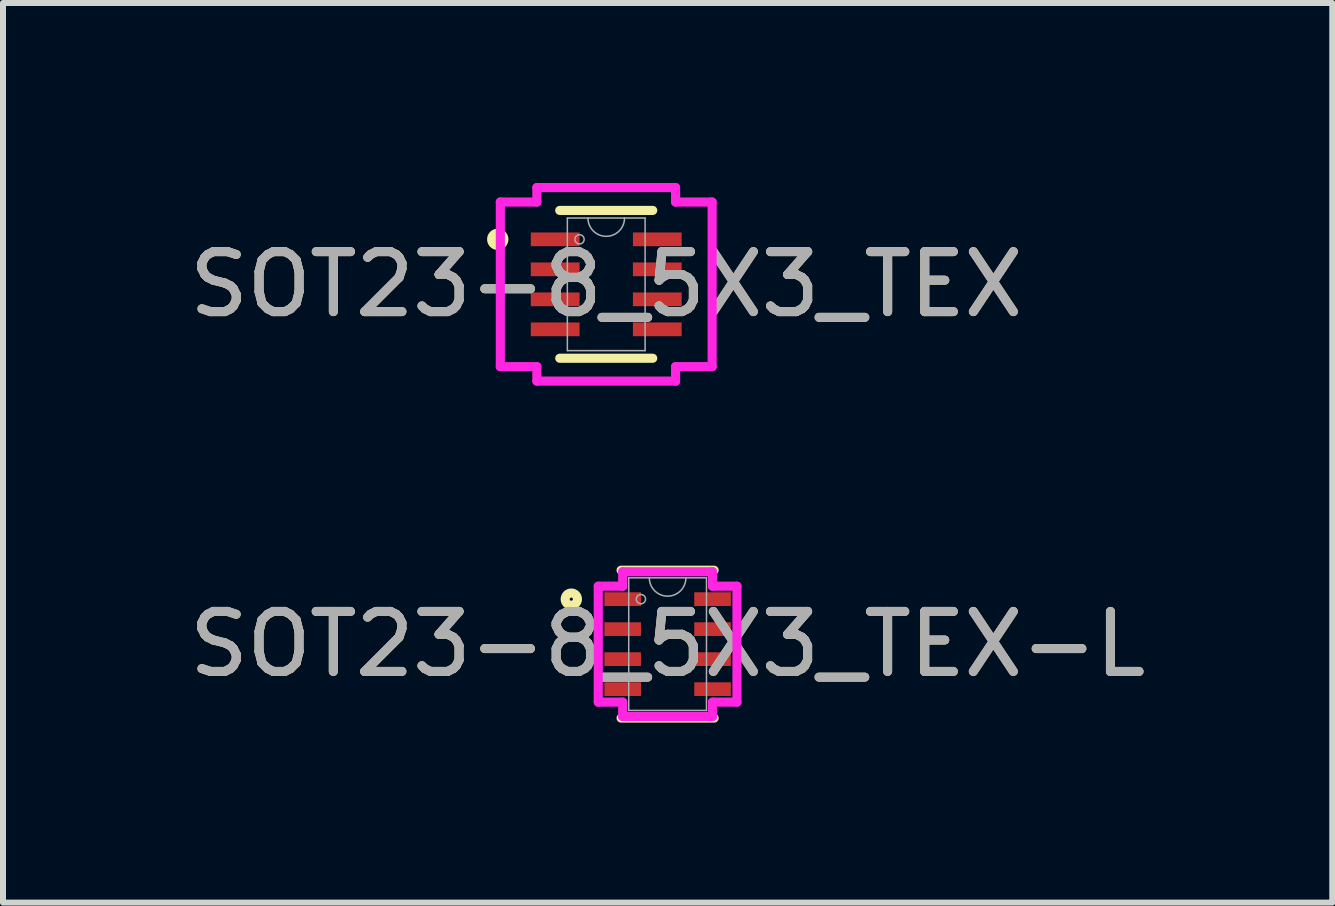
<source format=kicad_pcb>
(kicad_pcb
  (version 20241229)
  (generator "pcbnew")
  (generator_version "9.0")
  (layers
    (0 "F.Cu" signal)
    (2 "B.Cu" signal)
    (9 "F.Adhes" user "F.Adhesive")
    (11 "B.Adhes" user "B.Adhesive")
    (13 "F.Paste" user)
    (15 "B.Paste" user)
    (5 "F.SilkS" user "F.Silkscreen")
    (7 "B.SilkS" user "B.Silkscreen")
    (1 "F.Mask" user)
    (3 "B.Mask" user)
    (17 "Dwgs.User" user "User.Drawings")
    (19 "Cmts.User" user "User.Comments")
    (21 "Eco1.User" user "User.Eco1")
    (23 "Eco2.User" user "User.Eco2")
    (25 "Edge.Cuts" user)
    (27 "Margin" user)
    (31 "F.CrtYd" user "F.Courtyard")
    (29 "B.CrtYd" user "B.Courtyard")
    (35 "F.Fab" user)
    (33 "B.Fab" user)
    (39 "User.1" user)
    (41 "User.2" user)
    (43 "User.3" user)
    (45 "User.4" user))
  (footprint "SOT23-8_5X3_TEX-L"
    (layer "F.Cu")
    (at 8.077 7.686)
    (property "Reference" "SOT23-8_5X3_TEX-L" (at 0 0 0) (unlocked yes) (layer "F.SilkS") (effects (font (size 1 1) (thickness 0.15))))
    (attr smd)
    (fp_line (start -0.775 1.232) (end 0.775 1.232) (stroke (width 0.152) (type solid)) (layer "F.SilkS"))
    (fp_line (start 0.775 -1.232) (end -0.775 -1.232) (stroke (width 0.152) (type solid)) (layer "F.SilkS"))
    (fp_circle (center -1.605 -0.75) (end -1.503 -0.75) (stroke (width 0.152) (type solid)) (fill no) (layer "F.SilkS"))
    (fp_line (start -1.156 -0.966) (end -0.749 -0.966) (stroke (width 0.152) (type solid)) (layer "F.CrtYd"))
    (fp_line (start -1.156 0.966) (end -1.156 -0.966) (stroke (width 0.152) (type solid)) (layer "F.CrtYd"))
    (fp_line (start -1.156 0.966) (end -0.749 0.966) (stroke (width 0.152) (type solid)) (layer "F.CrtYd"))
    (fp_line (start -0.749 -1.206) (end 0.749 -1.206) (stroke (width 0.152) (type solid)) (layer "F.CrtYd"))
    (fp_line (start -0.749 -0.966) (end -0.749 -1.206) (stroke (width 0.152) (type solid)) (layer "F.CrtYd"))
    (fp_line (start -0.749 1.206) (end -0.749 0.966) (stroke (width 0.152) (type solid)) (layer "F.CrtYd"))
    (fp_line (start 0.749 -1.206) (end 0.749 -0.966) (stroke (width 0.152) (type solid)) (layer "F.CrtYd"))
    (fp_line (start 0.749 0.966) (end 0.749 1.206) (stroke (width 0.152) (type solid)) (layer "F.CrtYd"))
    (fp_line (start 0.749 1.206) (end -0.749 1.206) (stroke (width 0.152) (type solid)) (layer "F.CrtYd"))
    (fp_line (start 1.156 -0.966) (end 0.749 -0.966) (stroke (width 0.152) (type solid)) (layer "F.CrtYd"))
    (fp_line (start 1.156 -0.966) (end 1.156 0.966) (stroke (width 0.152) (type solid)) (layer "F.CrtYd"))
    (fp_line (start 1.156 0.966) (end 0.749 0.966) (stroke (width 0.152) (type solid)) (layer "F.CrtYd"))
    (fp_line (start -0.648 -1.105) (end -0.648 1.105) (stroke (width 0.025) (type solid)) (layer "F.Fab"))
    (fp_line (start -0.648 1.105) (end 0.648 1.105) (stroke (width 0.025) (type solid)) (layer "F.Fab"))
    (fp_line (start 0.648 -1.105) (end -0.648 -1.105) (stroke (width 0.025) (type solid)) (layer "F.Fab"))
    (fp_line (start 0.648 1.105) (end 0.648 -1.105) (stroke (width 0.025) (type solid)) (layer "F.Fab"))
    (fp_arc (start 0.3048 -1.1049) (mid 0 -0.8001) (end -0.3048 -1.1049) (stroke (width 0.0254) (type solid)) (layer "F.Fab"))
    (fp_circle (center -0.445 -0.75) (end -0.368 -0.75) (stroke (width 0.025) (type solid)) (fill no) (layer "F.Fab"))
    (fp_text user "${REFERENCE}" (at 0 0 0) (unlocked yes) (layer "F.Fab") (effects (font (size 1 1) (thickness 0.15))))
    (pad "1" smd rect (at -0.749 -0.75) (size 0.61 0.229) (layers "F.Cu" "F.Mask" "F.Paste"))
    (pad "2" smd rect (at -0.749 -0.25) (size 0.61 0.229) (layers "F.Cu" "F.Mask" "F.Paste"))
    (pad "3" smd rect (at -0.749 0.25) (size 0.61 0.229) (layers "F.Cu" "F.Mask" "F.Paste"))
    (pad "4" smd rect (at -0.749 0.75) (size 0.61 0.229) (layers "F.Cu" "F.Mask" "F.Paste"))
    (pad "5" smd rect (at 0.749 0.75) (size 0.61 0.229) (layers "F.Cu" "F.Mask" "F.Paste"))
    (pad "6" smd rect (at 0.749 0.25) (size 0.61 0.229) (layers "F.Cu" "F.Mask" "F.Paste"))
    (pad "7" smd rect (at 0.749 -0.25) (size 0.61 0.229) (layers "F.Cu" "F.Mask" "F.Paste"))
    (pad "8" smd rect (at 0.749 -0.75) (size 0.61 0.229) (layers "F.Cu" "F.Mask" "F.Paste")))
  (footprint "SOT23-8_5X3_TEX"
    (layer "F.Cu")
    (at 7.054 1.689)
    (property "Reference" "SOT23-8_5X3_TEX" (at 0 0 0) (unlocked yes) (layer "F.SilkS") (effects (font (size 1 1) (thickness 0.15))))
    (attr smd)
    (fp_line (start -0.775 1.232) (end 0.775 1.232) (stroke (width 0.152) (type solid)) (layer "F.SilkS"))
    (fp_line (start 0.775 -1.232) (end -0.775 -1.232) (stroke (width 0.152) (type solid)) (layer "F.SilkS"))
    (fp_circle (center -1.808 -0.75) (end -1.706 -0.75) (stroke (width 0.152) (type solid)) (fill no) (layer "F.SilkS"))
    (fp_line (start -1.765 -1.372) (end -1.156 -1.372) (stroke (width 0.152) (type solid)) (layer "F.CrtYd"))
    (fp_line (start -1.765 1.372) (end -1.765 -1.372) (stroke (width 0.152) (type solid)) (layer "F.CrtYd"))
    (fp_line (start -1.765 1.372) (end -1.156 1.372) (stroke (width 0.152) (type solid)) (layer "F.CrtYd"))
    (fp_line (start -1.156 -1.613) (end 1.156 -1.613) (stroke (width 0.152) (type solid)) (layer "F.CrtYd"))
    (fp_line (start -1.156 -1.372) (end -1.156 -1.613) (stroke (width 0.152) (type solid)) (layer "F.CrtYd"))
    (fp_line (start -1.156 1.613) (end -1.156 1.372) (stroke (width 0.152) (type solid)) (layer "F.CrtYd"))
    (fp_line (start 1.156 -1.613) (end 1.156 -1.372) (stroke (width 0.152) (type solid)) (layer "F.CrtYd"))
    (fp_line (start 1.156 1.372) (end 1.156 1.613) (stroke (width 0.152) (type solid)) (layer "F.CrtYd"))
    (fp_line (start 1.156 1.613) (end -1.156 1.613) (stroke (width 0.152) (type solid)) (layer "F.CrtYd"))
    (fp_line (start 1.765 -1.372) (end 1.156 -1.372) (stroke (width 0.152) (type solid)) (layer "F.CrtYd"))
    (fp_line (start 1.765 -1.372) (end 1.765 1.372) (stroke (width 0.152) (type solid)) (layer "F.CrtYd"))
    (fp_line (start 1.765 1.372) (end 1.156 1.372) (stroke (width 0.152) (type solid)) (layer "F.CrtYd"))
    (fp_line (start -0.648 -1.105) (end -0.648 1.105) (stroke (width 0.025) (type solid)) (layer "F.Fab"))
    (fp_line (start -0.648 1.105) (end 0.648 1.105) (stroke (width 0.025) (type solid)) (layer "F.Fab"))
    (fp_line (start 0.648 -1.105) (end -0.648 -1.105) (stroke (width 0.025) (type solid)) (layer "F.Fab"))
    (fp_line (start 0.648 1.105) (end 0.648 -1.105) (stroke (width 0.025) (type solid)) (layer "F.Fab"))
    (fp_arc (start 0.3048 -1.1049) (mid 0 -0.8001) (end -0.3048 -1.1049) (stroke (width 0.0254) (type solid)) (layer "F.Fab"))
    (fp_circle (center -0.445 -0.75) (end -0.368 -0.75) (stroke (width 0.025) (type solid)) (fill no) (layer "F.Fab"))
    (fp_text user "${REFERENCE}" (at 0 0 0) (unlocked yes) (layer "F.Fab") (effects (font (size 1 1) (thickness 0.15))))
    (pad "1" smd rect (at -0.851 -0.75) (size 0.813 0.229) (layers "F.Cu" "F.Mask" "F.Paste"))
    (pad "2" smd rect (at -0.851 -0.25) (size 0.813 0.229) (layers "F.Cu" "F.Mask" "F.Paste"))
    (pad "3" smd rect (at -0.851 0.25) (size 0.813 0.229) (layers "F.Cu" "F.Mask" "F.Paste"))
    (pad "4" smd rect (at -0.851 0.75) (size 0.813 0.229) (layers "F.Cu" "F.Mask" "F.Paste"))
    (pad "5" smd rect (at 0.851 0.75) (size 0.813 0.229) (layers "F.Cu" "F.Mask" "F.Paste"))
    (pad "6" smd rect (at 0.851 0.25) (size 0.813 0.229) (layers "F.Cu" "F.Mask" "F.Paste"))
    (pad "7" smd rect (at 0.851 -0.25) (size 0.813 0.229) (layers "F.Cu" "F.Mask" "F.Paste"))
    (pad "8" smd rect (at 0.851 -0.75) (size 0.813 0.229) (layers "F.Cu" "F.Mask" "F.Paste")))
  (gr_rect
    (start -3 -3)
    (end 19.155 11.994)
    (stroke (width 0.1) (type default))
    (fill no)
    (layer "Edge.Cuts")))
</source>
